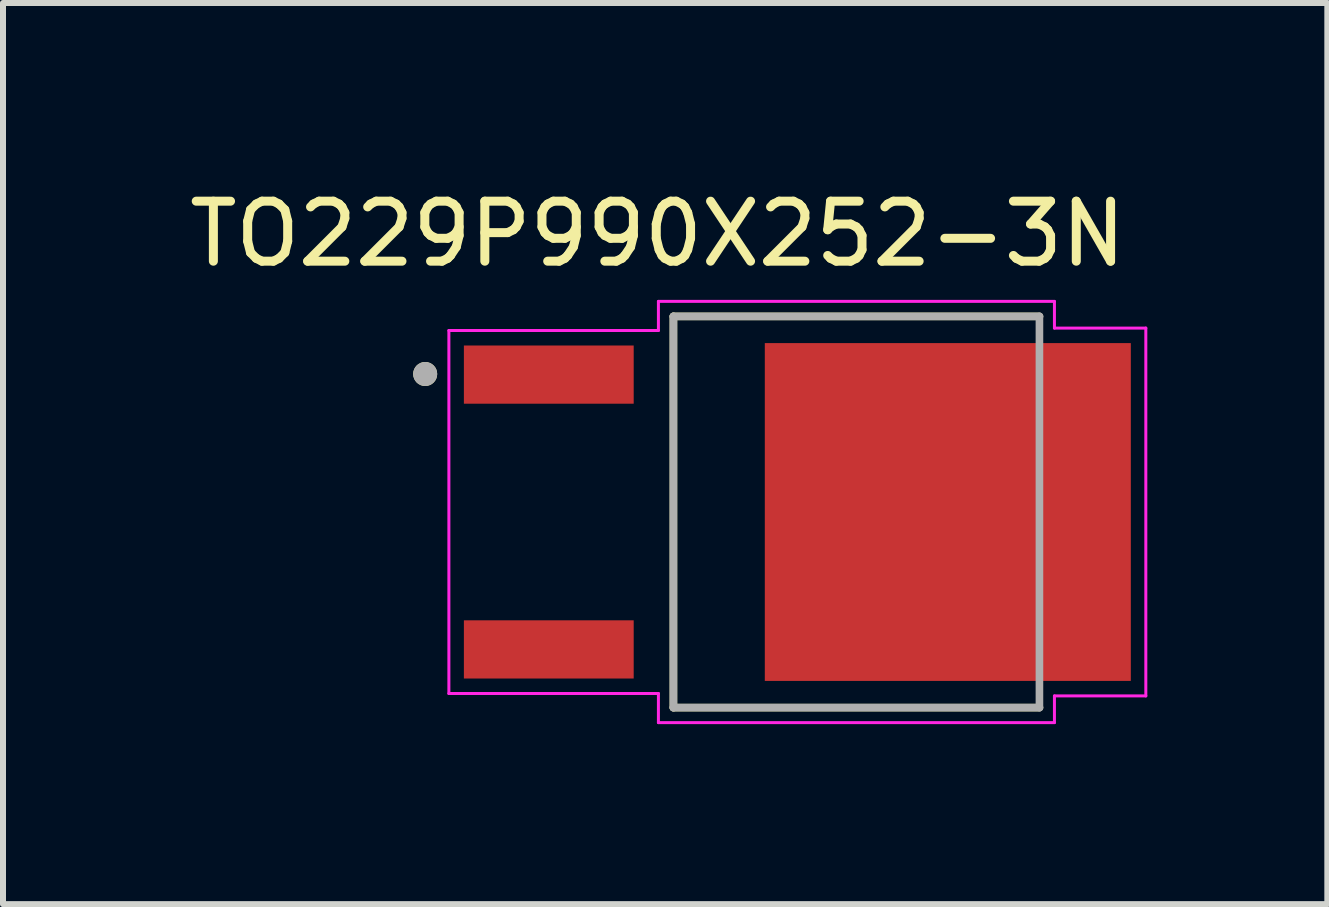
<source format=kicad_pcb>
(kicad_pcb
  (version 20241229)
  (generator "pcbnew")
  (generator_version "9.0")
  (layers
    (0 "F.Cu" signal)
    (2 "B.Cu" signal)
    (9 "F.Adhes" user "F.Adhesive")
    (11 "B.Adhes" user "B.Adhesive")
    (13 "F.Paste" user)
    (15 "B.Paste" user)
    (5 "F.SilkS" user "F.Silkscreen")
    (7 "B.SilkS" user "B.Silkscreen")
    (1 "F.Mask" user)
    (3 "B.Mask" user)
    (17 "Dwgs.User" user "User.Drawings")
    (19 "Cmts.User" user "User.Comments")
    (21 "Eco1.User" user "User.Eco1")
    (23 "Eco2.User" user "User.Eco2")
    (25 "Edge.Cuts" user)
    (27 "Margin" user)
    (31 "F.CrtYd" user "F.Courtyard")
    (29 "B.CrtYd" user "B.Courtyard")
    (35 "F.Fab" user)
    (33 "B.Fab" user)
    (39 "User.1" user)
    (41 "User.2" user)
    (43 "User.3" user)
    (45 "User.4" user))
  (footprint "TO229P990X252-3N"
    (layer "F.Cu")
    (at 10.236 5.483)
    (property "Reference" "TO229P990X252-3N" (at -2.325 -4.635 0) (layer "F.SilkS") (effects (font (size 1 1) (thickness 0.15))))
    (attr smd)
    (fp_line (start -2.063 -3.26) (end -2.063 3.26) (stroke (width 0.127) (type solid)) (layer "F.SilkS"))
    (fp_line (start -2.063 3.26) (end 4.037 3.26) (stroke (width 0.127) (type solid)) (layer "F.SilkS"))
    (fp_line (start 4.037 -3.26) (end -2.063 -3.26) (stroke (width 0.127) (type solid)) (layer "F.SilkS"))
    (fp_circle (center -6.2 -2.3) (end -6.1 -2.3) (stroke (width 0.2) (type solid)) (fill no) (layer "F.SilkS"))
    (fp_poly (pts (xy -0.19 -2.28) (xy 1.13 -2.28) (xy 1.13 -0.54) (xy -0.19 -0.54)) (stroke (width 0.01) (type solid)) (fill yes) (layer "F.Paste"))
    (fp_poly (pts (xy -0.19 0.54) (xy 1.13 0.54) (xy 1.13 2.28) (xy -0.19 2.28)) (stroke (width 0.01) (type solid)) (fill yes) (layer "F.Paste"))
    (fp_poly (pts (xy 1.85 -2.28) (xy 3.17 -2.28) (xy 3.17 -0.54) (xy 1.85 -0.54)) (stroke (width 0.01) (type solid)) (fill yes) (layer "F.Paste"))
    (fp_poly (pts (xy 1.85 0.54) (xy 3.17 0.54) (xy 3.17 2.28) (xy 1.85 2.28)) (stroke (width 0.01) (type solid)) (fill yes) (layer "F.Paste"))
    (fp_poly (pts (xy 3.89 -2.28) (xy 5.21 -2.28) (xy 5.21 -0.54) (xy 3.89 -0.54)) (stroke (width 0.01) (type solid)) (fill yes) (layer "F.Paste"))
    (fp_poly (pts (xy 3.89 0.54) (xy 5.21 0.54) (xy 5.21 2.28) (xy 3.89 2.28)) (stroke (width 0.01) (type solid)) (fill yes) (layer "F.Paste"))
    (fp_line (start -5.805 -3.025) (end -5.805 3.025) (stroke (width 0.05) (type solid)) (layer "F.CrtYd"))
    (fp_line (start -5.805 3.025) (end -2.313 3.025) (stroke (width 0.05) (type solid)) (layer "F.CrtYd"))
    (fp_line (start -2.313 -3.51) (end -2.313 -3.025) (stroke (width 0.05) (type solid)) (layer "F.CrtYd"))
    (fp_line (start -2.313 -3.025) (end -5.805 -3.025) (stroke (width 0.05) (type solid)) (layer "F.CrtYd"))
    (fp_line (start -2.313 3.025) (end -2.313 3.51) (stroke (width 0.05) (type solid)) (layer "F.CrtYd"))
    (fp_line (start -2.313 3.51) (end 4.287 3.51) (stroke (width 0.05) (type solid)) (layer "F.CrtYd"))
    (fp_line (start 4.287 -3.51) (end -2.313 -3.51) (stroke (width 0.05) (type solid)) (layer "F.CrtYd"))
    (fp_line (start 4.287 -3.065) (end 4.287 -3.51) (stroke (width 0.05) (type solid)) (layer "F.CrtYd"))
    (fp_line (start 4.287 3.065) (end 5.81 3.065) (stroke (width 0.05) (type solid)) (layer "F.CrtYd"))
    (fp_line (start 4.287 3.51) (end 4.287 3.065) (stroke (width 0.05) (type solid)) (layer "F.CrtYd"))
    (fp_line (start 5.81 -3.065) (end 4.287 -3.065) (stroke (width 0.05) (type solid)) (layer "F.CrtYd"))
    (fp_line (start 5.81 3.065) (end 5.81 -3.065) (stroke (width 0.05) (type solid)) (layer "F.CrtYd"))
    (fp_line (start -2.063 -3.26) (end -2.063 3.26) (stroke (width 0.127) (type solid)) (layer "F.Fab"))
    (fp_line (start -2.063 3.26) (end 4.037 3.26) (stroke (width 0.127) (type solid)) (layer "F.Fab"))
    (fp_line (start 4.037 -3.26) (end -2.063 -3.26) (stroke (width 0.127) (type solid)) (layer "F.Fab"))
    (fp_line (start 4.037 3.26) (end 4.037 -3.26) (stroke (width 0.127) (type solid)) (layer "F.Fab"))
    (fp_circle (center -6.2 -2.3) (end -6.1 -2.3) (stroke (width 0.2) (type solid)) (fill no) (layer "F.Fab"))
    (pad "1" smd rect (at -4.14 -2.29) (size 2.83 0.97) (layers "F.Cu" "F.Mask" "F.Paste"))
    (pad "3" smd rect (at -4.14 2.29) (size 2.83 0.97) (layers "F.Cu" "F.Mask" "F.Paste"))
    (pad "4" smd rect (at 2.51 0) (size 6.1 5.63) (layers "F.Cu" "F.Mask")))
  (gr_rect
    (start -3 -3)
    (end 19.071 12.018)
    (stroke (width 0.1) (type default))
    (fill no)
    (layer "Edge.Cuts")))
</source>
